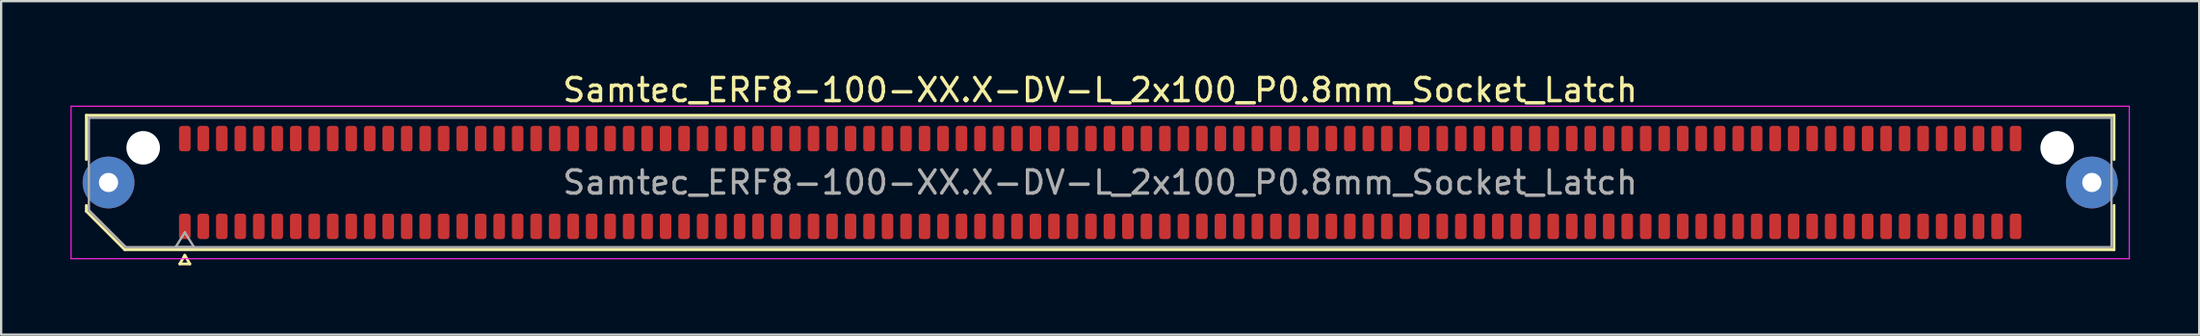
<source format=kicad_pcb>
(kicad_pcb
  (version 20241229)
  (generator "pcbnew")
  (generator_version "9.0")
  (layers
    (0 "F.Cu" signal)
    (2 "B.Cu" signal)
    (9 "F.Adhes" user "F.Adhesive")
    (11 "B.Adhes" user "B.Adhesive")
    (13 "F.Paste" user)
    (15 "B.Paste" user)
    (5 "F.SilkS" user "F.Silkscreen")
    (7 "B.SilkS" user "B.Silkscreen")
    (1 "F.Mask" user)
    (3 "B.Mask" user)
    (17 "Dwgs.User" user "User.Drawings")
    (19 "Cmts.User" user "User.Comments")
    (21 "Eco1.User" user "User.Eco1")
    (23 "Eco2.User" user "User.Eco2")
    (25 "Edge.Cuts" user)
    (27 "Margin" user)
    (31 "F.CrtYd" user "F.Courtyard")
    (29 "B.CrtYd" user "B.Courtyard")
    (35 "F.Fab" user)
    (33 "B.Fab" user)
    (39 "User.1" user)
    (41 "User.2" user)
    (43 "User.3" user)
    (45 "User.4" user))
  (footprint "Samtec_ERF8-100-XX.X-DV-L_2x100_P0.8mm_Socket_Latch"
    (layer "F.Cu")
    (at 44.545 4.848)
    (property "Reference" "Samtec_ERF8-100-XX.X-DV-L_2x100_P0.8mm_Socket_Latch" (at 0 -4 0) (layer "F.SilkS") (effects (font (size 1 1) (thickness 0.15))))
    (attr smd)
    (fp_line (start -43.86 -2.91) (end 43.86 -2.91) (stroke (width 0.12) (type solid)) (layer "F.SilkS"))
    (fp_line (start -43.86 -0.991) (end -43.86 -2.91) (stroke (width 0.12) (type solid)) (layer "F.SilkS"))
    (fp_line (start -43.86 1.246) (end -43.86 0.991) (stroke (width 0.12) (type solid)) (layer "F.SilkS"))
    (fp_line (start -42.196 2.91) (end -43.86 1.246) (stroke (width 0.12) (type solid)) (layer "F.SilkS"))
    (fp_line (start -39.817 3.525) (end -39.6 3.15) (stroke (width 0.12) (type solid)) (layer "F.SilkS"))
    (fp_line (start -39.6 3.15) (end -39.383 3.525) (stroke (width 0.12) (type solid)) (layer "F.SilkS"))
    (fp_line (start -39.383 3.525) (end -39.817 3.525) (stroke (width 0.12) (type solid)) (layer "F.SilkS"))
    (fp_line (start 43.86 -2.91) (end 43.86 -0.991) (stroke (width 0.12) (type solid)) (layer "F.SilkS"))
    (fp_line (start 43.86 0.991) (end 43.86 2.91) (stroke (width 0.12) (type solid)) (layer "F.SilkS"))
    (fp_line (start 43.86 2.91) (end -42.196 2.91) (stroke (width 0.12) (type solid)) (layer "F.SilkS"))
    (fp_line (start -44.52 -3.3) (end -44.52 3.3) (stroke (width 0.05) (type solid)) (layer "F.CrtYd"))
    (fp_line (start -44.52 3.3) (end 44.52 3.3) (stroke (width 0.05) (type solid)) (layer "F.CrtYd"))
    (fp_line (start 44.52 -3.3) (end -44.52 -3.3) (stroke (width 0.05) (type solid)) (layer "F.CrtYd"))
    (fp_line (start 44.52 3.3) (end 44.52 -3.3) (stroke (width 0.05) (type solid)) (layer "F.CrtYd"))
    (fp_line (start -43.75 -2.8) (end 43.75 -2.8) (stroke (width 0.1) (type solid)) (layer "F.Fab"))
    (fp_line (start -43.75 1.2) (end -43.75 -2.8) (stroke (width 0.1) (type solid)) (layer "F.Fab"))
    (fp_line (start -42.15 2.8) (end -43.75 1.2) (stroke (width 0.1) (type solid)) (layer "F.Fab"))
    (fp_line (start -40 2.8) (end -39.6 2.16) (stroke (width 0.1) (type solid)) (layer "F.Fab"))
    (fp_line (start -39.6 2.16) (end -39.2 2.8) (stroke (width 0.1) (type solid)) (layer "F.Fab"))
    (fp_line (start -39.2 2.8) (end -40 2.8) (stroke (width 0.1) (type solid)) (layer "F.Fab"))
    (fp_line (start 43.75 -2.8) (end 43.75 2.8) (stroke (width 0.1) (type solid)) (layer "F.Fab"))
    (fp_line (start 43.75 2.8) (end -42.15 2.8) (stroke (width 0.1) (type solid)) (layer "F.Fab"))
    (fp_text user "${REFERENCE}" (at 0 0 0) (layer "F.Fab") (effects (font (size 1 1) (thickness 0.15))))
    (pad "" thru_hole circle (at -42.9 0) (size 2.24 2.24) (drill 0.83) (layers "*.Cu" "*.Mask" "F.Paste"))
    (pad "" np_thru_hole circle (at -41.4 -1.5) (size 1.45 1.45) (drill 1.45) (layers "*.Cu" "*.Mask"))
    (pad "" np_thru_hole circle (at 41.4 -1.5) (size 1.45 1.45) (drill 1.45) (layers "*.Cu" "*.Mask"))
    (pad "" thru_hole circle (at 42.9 0) (size 2.24 2.24) (drill 0.83) (layers "*.Cu" "*.Mask" "F.Paste"))
    (pad "1" smd roundrect (at -39.6 1.9) (size 0.5 1.1) (layers "F.Cu" "F.Mask" "F.Paste") (roundrect_rratio 0.25))
    (pad "2" smd roundrect (at -39.6 -1.9) (size 0.5 1.1) (layers "F.Cu" "F.Mask" "F.Paste") (roundrect_rratio 0.25))
    (pad "3" smd roundrect (at -38.8 1.9) (size 0.5 1.1) (layers "F.Cu" "F.Mask" "F.Paste") (roundrect_rratio 0.25))
    (pad "4" smd roundrect (at -38.8 -1.9) (size 0.5 1.1) (layers "F.Cu" "F.Mask" "F.Paste") (roundrect_rratio 0.25))
    (pad "5" smd roundrect (at -38 1.9) (size 0.5 1.1) (layers "F.Cu" "F.Mask" "F.Paste") (roundrect_rratio 0.25))
    (pad "6" smd roundrect (at -38 -1.9) (size 0.5 1.1) (layers "F.Cu" "F.Mask" "F.Paste") (roundrect_rratio 0.25))
    (pad "7" smd roundrect (at -37.2 1.9) (size 0.5 1.1) (layers "F.Cu" "F.Mask" "F.Paste") (roundrect_rratio 0.25))
    (pad "8" smd roundrect (at -37.2 -1.9) (size 0.5 1.1) (layers "F.Cu" "F.Mask" "F.Paste") (roundrect_rratio 0.25))
    (pad "9" smd roundrect (at -36.4 1.9) (size 0.5 1.1) (layers "F.Cu" "F.Mask" "F.Paste") (roundrect_rratio 0.25))
    (pad "10" smd roundrect (at -36.4 -1.9) (size 0.5 1.1) (layers "F.Cu" "F.Mask" "F.Paste") (roundrect_rratio 0.25))
    (pad "11" smd roundrect (at -35.6 1.9) (size 0.5 1.1) (layers "F.Cu" "F.Mask" "F.Paste") (roundrect_rratio 0.25))
    (pad "12" smd roundrect (at -35.6 -1.9) (size 0.5 1.1) (layers "F.Cu" "F.Mask" "F.Paste") (roundrect_rratio 0.25))
    (pad "13" smd roundrect (at -34.8 1.9) (size 0.5 1.1) (layers "F.Cu" "F.Mask" "F.Paste") (roundrect_rratio 0.25))
    (pad "14" smd roundrect (at -34.8 -1.9) (size 0.5 1.1) (layers "F.Cu" "F.Mask" "F.Paste") (roundrect_rratio 0.25))
    (pad "15" smd roundrect (at -34 1.9) (size 0.5 1.1) (layers "F.Cu" "F.Mask" "F.Paste") (roundrect_rratio 0.25))
    (pad "16" smd roundrect (at -34 -1.9) (size 0.5 1.1) (layers "F.Cu" "F.Mask" "F.Paste") (roundrect_rratio 0.25))
    (pad "17" smd roundrect (at -33.2 1.9) (size 0.5 1.1) (layers "F.Cu" "F.Mask" "F.Paste") (roundrect_rratio 0.25))
    (pad "18" smd roundrect (at -33.2 -1.9) (size 0.5 1.1) (layers "F.Cu" "F.Mask" "F.Paste") (roundrect_rratio 0.25))
    (pad "19" smd roundrect (at -32.4 1.9) (size 0.5 1.1) (layers "F.Cu" "F.Mask" "F.Paste") (roundrect_rratio 0.25))
    (pad "20" smd roundrect (at -32.4 -1.9) (size 0.5 1.1) (layers "F.Cu" "F.Mask" "F.Paste") (roundrect_rratio 0.25))
    (pad "21" smd roundrect (at -31.6 1.9) (size 0.5 1.1) (layers "F.Cu" "F.Mask" "F.Paste") (roundrect_rratio 0.25))
    (pad "22" smd roundrect (at -31.6 -1.9) (size 0.5 1.1) (layers "F.Cu" "F.Mask" "F.Paste") (roundrect_rratio 0.25))
    (pad "23" smd roundrect (at -30.8 1.9) (size 0.5 1.1) (layers "F.Cu" "F.Mask" "F.Paste") (roundrect_rratio 0.25))
    (pad "24" smd roundrect (at -30.8 -1.9) (size 0.5 1.1) (layers "F.Cu" "F.Mask" "F.Paste") (roundrect_rratio 0.25))
    (pad "25" smd roundrect (at -30 1.9) (size 0.5 1.1) (layers "F.Cu" "F.Mask" "F.Paste") (roundrect_rratio 0.25))
    (pad "26" smd roundrect (at -30 -1.9) (size 0.5 1.1) (layers "F.Cu" "F.Mask" "F.Paste") (roundrect_rratio 0.25))
    (pad "27" smd roundrect (at -29.2 1.9) (size 0.5 1.1) (layers "F.Cu" "F.Mask" "F.Paste") (roundrect_rratio 0.25))
    (pad "28" smd roundrect (at -29.2 -1.9) (size 0.5 1.1) (layers "F.Cu" "F.Mask" "F.Paste") (roundrect_rratio 0.25))
    (pad "29" smd roundrect (at -28.4 1.9) (size 0.5 1.1) (layers "F.Cu" "F.Mask" "F.Paste") (roundrect_rratio 0.25))
    (pad "30" smd roundrect (at -28.4 -1.9) (size 0.5 1.1) (layers "F.Cu" "F.Mask" "F.Paste") (roundrect_rratio 0.25))
    (pad "31" smd roundrect (at -27.6 1.9) (size 0.5 1.1) (layers "F.Cu" "F.Mask" "F.Paste") (roundrect_rratio 0.25))
    (pad "32" smd roundrect (at -27.6 -1.9) (size 0.5 1.1) (layers "F.Cu" "F.Mask" "F.Paste") (roundrect_rratio 0.25))
    (pad "33" smd roundrect (at -26.8 1.9) (size 0.5 1.1) (layers "F.Cu" "F.Mask" "F.Paste") (roundrect_rratio 0.25))
    (pad "34" smd roundrect (at -26.8 -1.9) (size 0.5 1.1) (layers "F.Cu" "F.Mask" "F.Paste") (roundrect_rratio 0.25))
    (pad "35" smd roundrect (at -26 1.9) (size 0.5 1.1) (layers "F.Cu" "F.Mask" "F.Paste") (roundrect_rratio 0.25))
    (pad "36" smd roundrect (at -26 -1.9) (size 0.5 1.1) (layers "F.Cu" "F.Mask" "F.Paste") (roundrect_rratio 0.25))
    (pad "37" smd roundrect (at -25.2 1.9) (size 0.5 1.1) (layers "F.Cu" "F.Mask" "F.Paste") (roundrect_rratio 0.25))
    (pad "38" smd roundrect (at -25.2 -1.9) (size 0.5 1.1) (layers "F.Cu" "F.Mask" "F.Paste") (roundrect_rratio 0.25))
    (pad "39" smd roundrect (at -24.4 1.9) (size 0.5 1.1) (layers "F.Cu" "F.Mask" "F.Paste") (roundrect_rratio 0.25))
    (pad "40" smd roundrect (at -24.4 -1.9) (size 0.5 1.1) (layers "F.Cu" "F.Mask" "F.Paste") (roundrect_rratio 0.25))
    (pad "41" smd roundrect (at -23.6 1.9) (size 0.5 1.1) (layers "F.Cu" "F.Mask" "F.Paste") (roundrect_rratio 0.25))
    (pad "42" smd roundrect (at -23.6 -1.9) (size 0.5 1.1) (layers "F.Cu" "F.Mask" "F.Paste") (roundrect_rratio 0.25))
    (pad "43" smd roundrect (at -22.8 1.9) (size 0.5 1.1) (layers "F.Cu" "F.Mask" "F.Paste") (roundrect_rratio 0.25))
    (pad "44" smd roundrect (at -22.8 -1.9) (size 0.5 1.1) (layers "F.Cu" "F.Mask" "F.Paste") (roundrect_rratio 0.25))
    (pad "45" smd roundrect (at -22 1.9) (size 0.5 1.1) (layers "F.Cu" "F.Mask" "F.Paste") (roundrect_rratio 0.25))
    (pad "46" smd roundrect (at -22 -1.9) (size 0.5 1.1) (layers "F.Cu" "F.Mask" "F.Paste") (roundrect_rratio 0.25))
    (pad "47" smd roundrect (at -21.2 1.9) (size 0.5 1.1) (layers "F.Cu" "F.Mask" "F.Paste") (roundrect_rratio 0.25))
    (pad "48" smd roundrect (at -21.2 -1.9) (size 0.5 1.1) (layers "F.Cu" "F.Mask" "F.Paste") (roundrect_rratio 0.25))
    (pad "49" smd roundrect (at -20.4 1.9) (size 0.5 1.1) (layers "F.Cu" "F.Mask" "F.Paste") (roundrect_rratio 0.25))
    (pad "50" smd roundrect (at -20.4 -1.9) (size 0.5 1.1) (layers "F.Cu" "F.Mask" "F.Paste") (roundrect_rratio 0.25))
    (pad "51" smd roundrect (at -19.6 1.9) (size 0.5 1.1) (layers "F.Cu" "F.Mask" "F.Paste") (roundrect_rratio 0.25))
    (pad "52" smd roundrect (at -19.6 -1.9) (size 0.5 1.1) (layers "F.Cu" "F.Mask" "F.Paste") (roundrect_rratio 0.25))
    (pad "53" smd roundrect (at -18.8 1.9) (size 0.5 1.1) (layers "F.Cu" "F.Mask" "F.Paste") (roundrect_rratio 0.25))
    (pad "54" smd roundrect (at -18.8 -1.9) (size 0.5 1.1) (layers "F.Cu" "F.Mask" "F.Paste") (roundrect_rratio 0.25))
    (pad "55" smd roundrect (at -18 1.9) (size 0.5 1.1) (layers "F.Cu" "F.Mask" "F.Paste") (roundrect_rratio 0.25))
    (pad "56" smd roundrect (at -18 -1.9) (size 0.5 1.1) (layers "F.Cu" "F.Mask" "F.Paste") (roundrect_rratio 0.25))
    (pad "57" smd roundrect (at -17.2 1.9) (size 0.5 1.1) (layers "F.Cu" "F.Mask" "F.Paste") (roundrect_rratio 0.25))
    (pad "58" smd roundrect (at -17.2 -1.9) (size 0.5 1.1) (layers "F.Cu" "F.Mask" "F.Paste") (roundrect_rratio 0.25))
    (pad "59" smd roundrect (at -16.4 1.9) (size 0.5 1.1) (layers "F.Cu" "F.Mask" "F.Paste") (roundrect_rratio 0.25))
    (pad "60" smd roundrect (at -16.4 -1.9) (size 0.5 1.1) (layers "F.Cu" "F.Mask" "F.Paste") (roundrect_rratio 0.25))
    (pad "61" smd roundrect (at -15.6 1.9) (size 0.5 1.1) (layers "F.Cu" "F.Mask" "F.Paste") (roundrect_rratio 0.25))
    (pad "62" smd roundrect (at -15.6 -1.9) (size 0.5 1.1) (layers "F.Cu" "F.Mask" "F.Paste") (roundrect_rratio 0.25))
    (pad "63" smd roundrect (at -14.8 1.9) (size 0.5 1.1) (layers "F.Cu" "F.Mask" "F.Paste") (roundrect_rratio 0.25))
    (pad "64" smd roundrect (at -14.8 -1.9) (size 0.5 1.1) (layers "F.Cu" "F.Mask" "F.Paste") (roundrect_rratio 0.25))
    (pad "65" smd roundrect (at -14 1.9) (size 0.5 1.1) (layers "F.Cu" "F.Mask" "F.Paste") (roundrect_rratio 0.25))
    (pad "66" smd roundrect (at -14 -1.9) (size 0.5 1.1) (layers "F.Cu" "F.Mask" "F.Paste") (roundrect_rratio 0.25))
    (pad "67" smd roundrect (at -13.2 1.9) (size 0.5 1.1) (layers "F.Cu" "F.Mask" "F.Paste") (roundrect_rratio 0.25))
    (pad "68" smd roundrect (at -13.2 -1.9) (size 0.5 1.1) (layers "F.Cu" "F.Mask" "F.Paste") (roundrect_rratio 0.25))
    (pad "69" smd roundrect (at -12.4 1.9) (size 0.5 1.1) (layers "F.Cu" "F.Mask" "F.Paste") (roundrect_rratio 0.25))
    (pad "70" smd roundrect (at -12.4 -1.9) (size 0.5 1.1) (layers "F.Cu" "F.Mask" "F.Paste") (roundrect_rratio 0.25))
    (pad "71" smd roundrect (at -11.6 1.9) (size 0.5 1.1) (layers "F.Cu" "F.Mask" "F.Paste") (roundrect_rratio 0.25))
    (pad "72" smd roundrect (at -11.6 -1.9) (size 0.5 1.1) (layers "F.Cu" "F.Mask" "F.Paste") (roundrect_rratio 0.25))
    (pad "73" smd roundrect (at -10.8 1.9) (size 0.5 1.1) (layers "F.Cu" "F.Mask" "F.Paste") (roundrect_rratio 0.25))
    (pad "74" smd roundrect (at -10.8 -1.9) (size 0.5 1.1) (layers "F.Cu" "F.Mask" "F.Paste") (roundrect_rratio 0.25))
    (pad "75" smd roundrect (at -10 1.9) (size 0.5 1.1) (layers "F.Cu" "F.Mask" "F.Paste") (roundrect_rratio 0.25))
    (pad "76" smd roundrect (at -10 -1.9) (size 0.5 1.1) (layers "F.Cu" "F.Mask" "F.Paste") (roundrect_rratio 0.25))
    (pad "77" smd roundrect (at -9.2 1.9) (size 0.5 1.1) (layers "F.Cu" "F.Mask" "F.Paste") (roundrect_rratio 0.25))
    (pad "78" smd roundrect (at -9.2 -1.9) (size 0.5 1.1) (layers "F.Cu" "F.Mask" "F.Paste") (roundrect_rratio 0.25))
    (pad "79" smd roundrect (at -8.4 1.9) (size 0.5 1.1) (layers "F.Cu" "F.Mask" "F.Paste") (roundrect_rratio 0.25))
    (pad "80" smd roundrect (at -8.4 -1.9) (size 0.5 1.1) (layers "F.Cu" "F.Mask" "F.Paste") (roundrect_rratio 0.25))
    (pad "81" smd roundrect (at -7.6 1.9) (size 0.5 1.1) (layers "F.Cu" "F.Mask" "F.Paste") (roundrect_rratio 0.25))
    (pad "82" smd roundrect (at -7.6 -1.9) (size 0.5 1.1) (layers "F.Cu" "F.Mask" "F.Paste") (roundrect_rratio 0.25))
    (pad "83" smd roundrect (at -6.8 1.9) (size 0.5 1.1) (layers "F.Cu" "F.Mask" "F.Paste") (roundrect_rratio 0.25))
    (pad "84" smd roundrect (at -6.8 -1.9) (size 0.5 1.1) (layers "F.Cu" "F.Mask" "F.Paste") (roundrect_rratio 0.25))
    (pad "85" smd roundrect (at -6 1.9) (size 0.5 1.1) (layers "F.Cu" "F.Mask" "F.Paste") (roundrect_rratio 0.25))
    (pad "86" smd roundrect (at -6 -1.9) (size 0.5 1.1) (layers "F.Cu" "F.Mask" "F.Paste") (roundrect_rratio 0.25))
    (pad "87" smd roundrect (at -5.2 1.9) (size 0.5 1.1) (layers "F.Cu" "F.Mask" "F.Paste") (roundrect_rratio 0.25))
    (pad "88" smd roundrect (at -5.2 -1.9) (size 0.5 1.1) (layers "F.Cu" "F.Mask" "F.Paste") (roundrect_rratio 0.25))
    (pad "89" smd roundrect (at -4.4 1.9) (size 0.5 1.1) (layers "F.Cu" "F.Mask" "F.Paste") (roundrect_rratio 0.25))
    (pad "90" smd roundrect (at -4.4 -1.9) (size 0.5 1.1) (layers "F.Cu" "F.Mask" "F.Paste") (roundrect_rratio 0.25))
    (pad "91" smd roundrect (at -3.6 1.9) (size 0.5 1.1) (layers "F.Cu" "F.Mask" "F.Paste") (roundrect_rratio 0.25))
    (pad "92" smd roundrect (at -3.6 -1.9) (size 0.5 1.1) (layers "F.Cu" "F.Mask" "F.Paste") (roundrect_rratio 0.25))
    (pad "93" smd roundrect (at -2.8 1.9) (size 0.5 1.1) (layers "F.Cu" "F.Mask" "F.Paste") (roundrect_rratio 0.25))
    (pad "94" smd roundrect (at -2.8 -1.9) (size 0.5 1.1) (layers "F.Cu" "F.Mask" "F.Paste") (roundrect_rratio 0.25))
    (pad "95" smd roundrect (at -2 1.9) (size 0.5 1.1) (layers "F.Cu" "F.Mask" "F.Paste") (roundrect_rratio 0.25))
    (pad "96" smd roundrect (at -2 -1.9) (size 0.5 1.1) (layers "F.Cu" "F.Mask" "F.Paste") (roundrect_rratio 0.25))
    (pad "97" smd roundrect (at -1.2 1.9) (size 0.5 1.1) (layers "F.Cu" "F.Mask" "F.Paste") (roundrect_rratio 0.25))
    (pad "98" smd roundrect (at -1.2 -1.9) (size 0.5 1.1) (layers "F.Cu" "F.Mask" "F.Paste") (roundrect_rratio 0.25))
    (pad "99" smd roundrect (at -0.4 1.9) (size 0.5 1.1) (layers "F.Cu" "F.Mask" "F.Paste") (roundrect_rratio 0.25))
    (pad "100" smd roundrect (at -0.4 -1.9) (size 0.5 1.1) (layers "F.Cu" "F.Mask" "F.Paste") (roundrect_rratio 0.25))
    (pad "101" smd roundrect (at 0.4 1.9) (size 0.5 1.1) (layers "F.Cu" "F.Mask" "F.Paste") (roundrect_rratio 0.25))
    (pad "102" smd roundrect (at 0.4 -1.9) (size 0.5 1.1) (layers "F.Cu" "F.Mask" "F.Paste") (roundrect_rratio 0.25))
    (pad "103" smd roundrect (at 1.2 1.9) (size 0.5 1.1) (layers "F.Cu" "F.Mask" "F.Paste") (roundrect_rratio 0.25))
    (pad "104" smd roundrect (at 1.2 -1.9) (size 0.5 1.1) (layers "F.Cu" "F.Mask" "F.Paste") (roundrect_rratio 0.25))
    (pad "105" smd roundrect (at 2 1.9) (size 0.5 1.1) (layers "F.Cu" "F.Mask" "F.Paste") (roundrect_rratio 0.25))
    (pad "106" smd roundrect (at 2 -1.9) (size 0.5 1.1) (layers "F.Cu" "F.Mask" "F.Paste") (roundrect_rratio 0.25))
    (pad "107" smd roundrect (at 2.8 1.9) (size 0.5 1.1) (layers "F.Cu" "F.Mask" "F.Paste") (roundrect_rratio 0.25))
    (pad "108" smd roundrect (at 2.8 -1.9) (size 0.5 1.1) (layers "F.Cu" "F.Mask" "F.Paste") (roundrect_rratio 0.25))
    (pad "109" smd roundrect (at 3.6 1.9) (size 0.5 1.1) (layers "F.Cu" "F.Mask" "F.Paste") (roundrect_rratio 0.25))
    (pad "110" smd roundrect (at 3.6 -1.9) (size 0.5 1.1) (layers "F.Cu" "F.Mask" "F.Paste") (roundrect_rratio 0.25))
    (pad "111" smd roundrect (at 4.4 1.9) (size 0.5 1.1) (layers "F.Cu" "F.Mask" "F.Paste") (roundrect_rratio 0.25))
    (pad "112" smd roundrect (at 4.4 -1.9) (size 0.5 1.1) (layers "F.Cu" "F.Mask" "F.Paste") (roundrect_rratio 0.25))
    (pad "113" smd roundrect (at 5.2 1.9) (size 0.5 1.1) (layers "F.Cu" "F.Mask" "F.Paste") (roundrect_rratio 0.25))
    (pad "114" smd roundrect (at 5.2 -1.9) (size 0.5 1.1) (layers "F.Cu" "F.Mask" "F.Paste") (roundrect_rratio 0.25))
    (pad "115" smd roundrect (at 6 1.9) (size 0.5 1.1) (layers "F.Cu" "F.Mask" "F.Paste") (roundrect_rratio 0.25))
    (pad "116" smd roundrect (at 6 -1.9) (size 0.5 1.1) (layers "F.Cu" "F.Mask" "F.Paste") (roundrect_rratio 0.25))
    (pad "117" smd roundrect (at 6.8 1.9) (size 0.5 1.1) (layers "F.Cu" "F.Mask" "F.Paste") (roundrect_rratio 0.25))
    (pad "118" smd roundrect (at 6.8 -1.9) (size 0.5 1.1) (layers "F.Cu" "F.Mask" "F.Paste") (roundrect_rratio 0.25))
    (pad "119" smd roundrect (at 7.6 1.9) (size 0.5 1.1) (layers "F.Cu" "F.Mask" "F.Paste") (roundrect_rratio 0.25))
    (pad "120" smd roundrect (at 7.6 -1.9) (size 0.5 1.1) (layers "F.Cu" "F.Mask" "F.Paste") (roundrect_rratio 0.25))
    (pad "121" smd roundrect (at 8.4 1.9) (size 0.5 1.1) (layers "F.Cu" "F.Mask" "F.Paste") (roundrect_rratio 0.25))
    (pad "122" smd roundrect (at 8.4 -1.9) (size 0.5 1.1) (layers "F.Cu" "F.Mask" "F.Paste") (roundrect_rratio 0.25))
    (pad "123" smd roundrect (at 9.2 1.9) (size 0.5 1.1) (layers "F.Cu" "F.Mask" "F.Paste") (roundrect_rratio 0.25))
    (pad "124" smd roundrect (at 9.2 -1.9) (size 0.5 1.1) (layers "F.Cu" "F.Mask" "F.Paste") (roundrect_rratio 0.25))
    (pad "125" smd roundrect (at 10 1.9) (size 0.5 1.1) (layers "F.Cu" "F.Mask" "F.Paste") (roundrect_rratio 0.25))
    (pad "126" smd roundrect (at 10 -1.9) (size 0.5 1.1) (layers "F.Cu" "F.Mask" "F.Paste") (roundrect_rratio 0.25))
    (pad "127" smd roundrect (at 10.8 1.9) (size 0.5 1.1) (layers "F.Cu" "F.Mask" "F.Paste") (roundrect_rratio 0.25))
    (pad "128" smd roundrect (at 10.8 -1.9) (size 0.5 1.1) (layers "F.Cu" "F.Mask" "F.Paste") (roundrect_rratio 0.25))
    (pad "129" smd roundrect (at 11.6 1.9) (size 0.5 1.1) (layers "F.Cu" "F.Mask" "F.Paste") (roundrect_rratio 0.25))
    (pad "130" smd roundrect (at 11.6 -1.9) (size 0.5 1.1) (layers "F.Cu" "F.Mask" "F.Paste") (roundrect_rratio 0.25))
    (pad "131" smd roundrect (at 12.4 1.9) (size 0.5 1.1) (layers "F.Cu" "F.Mask" "F.Paste") (roundrect_rratio 0.25))
    (pad "132" smd roundrect (at 12.4 -1.9) (size 0.5 1.1) (layers "F.Cu" "F.Mask" "F.Paste") (roundrect_rratio 0.25))
    (pad "133" smd roundrect (at 13.2 1.9) (size 0.5 1.1) (layers "F.Cu" "F.Mask" "F.Paste") (roundrect_rratio 0.25))
    (pad "134" smd roundrect (at 13.2 -1.9) (size 0.5 1.1) (layers "F.Cu" "F.Mask" "F.Paste") (roundrect_rratio 0.25))
    (pad "135" smd roundrect (at 14 1.9) (size 0.5 1.1) (layers "F.Cu" "F.Mask" "F.Paste") (roundrect_rratio 0.25))
    (pad "136" smd roundrect (at 14 -1.9) (size 0.5 1.1) (layers "F.Cu" "F.Mask" "F.Paste") (roundrect_rratio 0.25))
    (pad "137" smd roundrect (at 14.8 1.9) (size 0.5 1.1) (layers "F.Cu" "F.Mask" "F.Paste") (roundrect_rratio 0.25))
    (pad "138" smd roundrect (at 14.8 -1.9) (size 0.5 1.1) (layers "F.Cu" "F.Mask" "F.Paste") (roundrect_rratio 0.25))
    (pad "139" smd roundrect (at 15.6 1.9) (size 0.5 1.1) (layers "F.Cu" "F.Mask" "F.Paste") (roundrect_rratio 0.25))
    (pad "140" smd roundrect (at 15.6 -1.9) (size 0.5 1.1) (layers "F.Cu" "F.Mask" "F.Paste") (roundrect_rratio 0.25))
    (pad "141" smd roundrect (at 16.4 1.9) (size 0.5 1.1) (layers "F.Cu" "F.Mask" "F.Paste") (roundrect_rratio 0.25))
    (pad "142" smd roundrect (at 16.4 -1.9) (size 0.5 1.1) (layers "F.Cu" "F.Mask" "F.Paste") (roundrect_rratio 0.25))
    (pad "143" smd roundrect (at 17.2 1.9) (size 0.5 1.1) (layers "F.Cu" "F.Mask" "F.Paste") (roundrect_rratio 0.25))
    (pad "144" smd roundrect (at 17.2 -1.9) (size 0.5 1.1) (layers "F.Cu" "F.Mask" "F.Paste") (roundrect_rratio 0.25))
    (pad "145" smd roundrect (at 18 1.9) (size 0.5 1.1) (layers "F.Cu" "F.Mask" "F.Paste") (roundrect_rratio 0.25))
    (pad "146" smd roundrect (at 18 -1.9) (size 0.5 1.1) (layers "F.Cu" "F.Mask" "F.Paste") (roundrect_rratio 0.25))
    (pad "147" smd roundrect (at 18.8 1.9) (size 0.5 1.1) (layers "F.Cu" "F.Mask" "F.Paste") (roundrect_rratio 0.25))
    (pad "148" smd roundrect (at 18.8 -1.9) (size 0.5 1.1) (layers "F.Cu" "F.Mask" "F.Paste") (roundrect_rratio 0.25))
    (pad "149" smd roundrect (at 19.6 1.9) (size 0.5 1.1) (layers "F.Cu" "F.Mask" "F.Paste") (roundrect_rratio 0.25))
    (pad "150" smd roundrect (at 19.6 -1.9) (size 0.5 1.1) (layers "F.Cu" "F.Mask" "F.Paste") (roundrect_rratio 0.25))
    (pad "151" smd roundrect (at 20.4 1.9) (size 0.5 1.1) (layers "F.Cu" "F.Mask" "F.Paste") (roundrect_rratio 0.25))
    (pad "152" smd roundrect (at 20.4 -1.9) (size 0.5 1.1) (layers "F.Cu" "F.Mask" "F.Paste") (roundrect_rratio 0.25))
    (pad "153" smd roundrect (at 21.2 1.9) (size 0.5 1.1) (layers "F.Cu" "F.Mask" "F.Paste") (roundrect_rratio 0.25))
    (pad "154" smd roundrect (at 21.2 -1.9) (size 0.5 1.1) (layers "F.Cu" "F.Mask" "F.Paste") (roundrect_rratio 0.25))
    (pad "155" smd roundrect (at 22 1.9) (size 0.5 1.1) (layers "F.Cu" "F.Mask" "F.Paste") (roundrect_rratio 0.25))
    (pad "156" smd roundrect (at 22 -1.9) (size 0.5 1.1) (layers "F.Cu" "F.Mask" "F.Paste") (roundrect_rratio 0.25))
    (pad "157" smd roundrect (at 22.8 1.9) (size 0.5 1.1) (layers "F.Cu" "F.Mask" "F.Paste") (roundrect_rratio 0.25))
    (pad "158" smd roundrect (at 22.8 -1.9) (size 0.5 1.1) (layers "F.Cu" "F.Mask" "F.Paste") (roundrect_rratio 0.25))
    (pad "159" smd roundrect (at 23.6 1.9) (size 0.5 1.1) (layers "F.Cu" "F.Mask" "F.Paste") (roundrect_rratio 0.25))
    (pad "160" smd roundrect (at 23.6 -1.9) (size 0.5 1.1) (layers "F.Cu" "F.Mask" "F.Paste") (roundrect_rratio 0.25))
    (pad "161" smd roundrect (at 24.4 1.9) (size 0.5 1.1) (layers "F.Cu" "F.Mask" "F.Paste") (roundrect_rratio 0.25))
    (pad "162" smd roundrect (at 24.4 -1.9) (size 0.5 1.1) (layers "F.Cu" "F.Mask" "F.Paste") (roundrect_rratio 0.25))
    (pad "163" smd roundrect (at 25.2 1.9) (size 0.5 1.1) (layers "F.Cu" "F.Mask" "F.Paste") (roundrect_rratio 0.25))
    (pad "164" smd roundrect (at 25.2 -1.9) (size 0.5 1.1) (layers "F.Cu" "F.Mask" "F.Paste") (roundrect_rratio 0.25))
    (pad "165" smd roundrect (at 26 1.9) (size 0.5 1.1) (layers "F.Cu" "F.Mask" "F.Paste") (roundrect_rratio 0.25))
    (pad "166" smd roundrect (at 26 -1.9) (size 0.5 1.1) (layers "F.Cu" "F.Mask" "F.Paste") (roundrect_rratio 0.25))
    (pad "167" smd roundrect (at 26.8 1.9) (size 0.5 1.1) (layers "F.Cu" "F.Mask" "F.Paste") (roundrect_rratio 0.25))
    (pad "168" smd roundrect (at 26.8 -1.9) (size 0.5 1.1) (layers "F.Cu" "F.Mask" "F.Paste") (roundrect_rratio 0.25))
    (pad "169" smd roundrect (at 27.6 1.9) (size 0.5 1.1) (layers "F.Cu" "F.Mask" "F.Paste") (roundrect_rratio 0.25))
    (pad "170" smd roundrect (at 27.6 -1.9) (size 0.5 1.1) (layers "F.Cu" "F.Mask" "F.Paste") (roundrect_rratio 0.25))
    (pad "171" smd roundrect (at 28.4 1.9) (size 0.5 1.1) (layers "F.Cu" "F.Mask" "F.Paste") (roundrect_rratio 0.25))
    (pad "172" smd roundrect (at 28.4 -1.9) (size 0.5 1.1) (layers "F.Cu" "F.Mask" "F.Paste") (roundrect_rratio 0.25))
    (pad "173" smd roundrect (at 29.2 1.9) (size 0.5 1.1) (layers "F.Cu" "F.Mask" "F.Paste") (roundrect_rratio 0.25))
    (pad "174" smd roundrect (at 29.2 -1.9) (size 0.5 1.1) (layers "F.Cu" "F.Mask" "F.Paste") (roundrect_rratio 0.25))
    (pad "175" smd roundrect (at 30 1.9) (size 0.5 1.1) (layers "F.Cu" "F.Mask" "F.Paste") (roundrect_rratio 0.25))
    (pad "176" smd roundrect (at 30 -1.9) (size 0.5 1.1) (layers "F.Cu" "F.Mask" "F.Paste") (roundrect_rratio 0.25))
    (pad "177" smd roundrect (at 30.8 1.9) (size 0.5 1.1) (layers "F.Cu" "F.Mask" "F.Paste") (roundrect_rratio 0.25))
    (pad "178" smd roundrect (at 30.8 -1.9) (size 0.5 1.1) (layers "F.Cu" "F.Mask" "F.Paste") (roundrect_rratio 0.25))
    (pad "179" smd roundrect (at 31.6 1.9) (size 0.5 1.1) (layers "F.Cu" "F.Mask" "F.Paste") (roundrect_rratio 0.25))
    (pad "180" smd roundrect (at 31.6 -1.9) (size 0.5 1.1) (layers "F.Cu" "F.Mask" "F.Paste") (roundrect_rratio 0.25))
    (pad "181" smd roundrect (at 32.4 1.9) (size 0.5 1.1) (layers "F.Cu" "F.Mask" "F.Paste") (roundrect_rratio 0.25))
    (pad "182" smd roundrect (at 32.4 -1.9) (size 0.5 1.1) (layers "F.Cu" "F.Mask" "F.Paste") (roundrect_rratio 0.25))
    (pad "183" smd roundrect (at 33.2 1.9) (size 0.5 1.1) (layers "F.Cu" "F.Mask" "F.Paste") (roundrect_rratio 0.25))
    (pad "184" smd roundrect (at 33.2 -1.9) (size 0.5 1.1) (layers "F.Cu" "F.Mask" "F.Paste") (roundrect_rratio 0.25))
    (pad "185" smd roundrect (at 34 1.9) (size 0.5 1.1) (layers "F.Cu" "F.Mask" "F.Paste") (roundrect_rratio 0.25))
    (pad "186" smd roundrect (at 34 -1.9) (size 0.5 1.1) (layers "F.Cu" "F.Mask" "F.Paste") (roundrect_rratio 0.25))
    (pad "187" smd roundrect (at 34.8 1.9) (size 0.5 1.1) (layers "F.Cu" "F.Mask" "F.Paste") (roundrect_rratio 0.25))
    (pad "188" smd roundrect (at 34.8 -1.9) (size 0.5 1.1) (layers "F.Cu" "F.Mask" "F.Paste") (roundrect_rratio 0.25))
    (pad "189" smd roundrect (at 35.6 1.9) (size 0.5 1.1) (layers "F.Cu" "F.Mask" "F.Paste") (roundrect_rratio 0.25))
    (pad "190" smd roundrect (at 35.6 -1.9) (size 0.5 1.1) (layers "F.Cu" "F.Mask" "F.Paste") (roundrect_rratio 0.25))
    (pad "191" smd roundrect (at 36.4 1.9) (size 0.5 1.1) (layers "F.Cu" "F.Mask" "F.Paste") (roundrect_rratio 0.25))
    (pad "192" smd roundrect (at 36.4 -1.9) (size 0.5 1.1) (layers "F.Cu" "F.Mask" "F.Paste") (roundrect_rratio 0.25))
    (pad "193" smd roundrect (at 37.2 1.9) (size 0.5 1.1) (layers "F.Cu" "F.Mask" "F.Paste") (roundrect_rratio 0.25))
    (pad "194" smd roundrect (at 37.2 -1.9) (size 0.5 1.1) (layers "F.Cu" "F.Mask" "F.Paste") (roundrect_rratio 0.25))
    (pad "195" smd roundrect (at 38 1.9) (size 0.5 1.1) (layers "F.Cu" "F.Mask" "F.Paste") (roundrect_rratio 0.25))
    (pad "196" smd roundrect (at 38 -1.9) (size 0.5 1.1) (layers "F.Cu" "F.Mask" "F.Paste") (roundrect_rratio 0.25))
    (pad "197" smd roundrect (at 38.8 1.9) (size 0.5 1.1) (layers "F.Cu" "F.Mask" "F.Paste") (roundrect_rratio 0.25))
    (pad "198" smd roundrect (at 38.8 -1.9) (size 0.5 1.1) (layers "F.Cu" "F.Mask" "F.Paste") (roundrect_rratio 0.25))
    (pad "199" smd roundrect (at 39.6 1.9) (size 0.5 1.1) (layers "F.Cu" "F.Mask" "F.Paste") (roundrect_rratio 0.25))
    (pad "200" smd roundrect (at 39.6 -1.9) (size 0.5 1.1) (layers "F.Cu" "F.Mask" "F.Paste") (roundrect_rratio 0.25)))
  (gr_rect
    (start -3 -3)
    (end 92.09 11.433)
    (stroke (width 0.1) (type default))
    (fill no)
    (layer "Edge.Cuts")))
</source>
